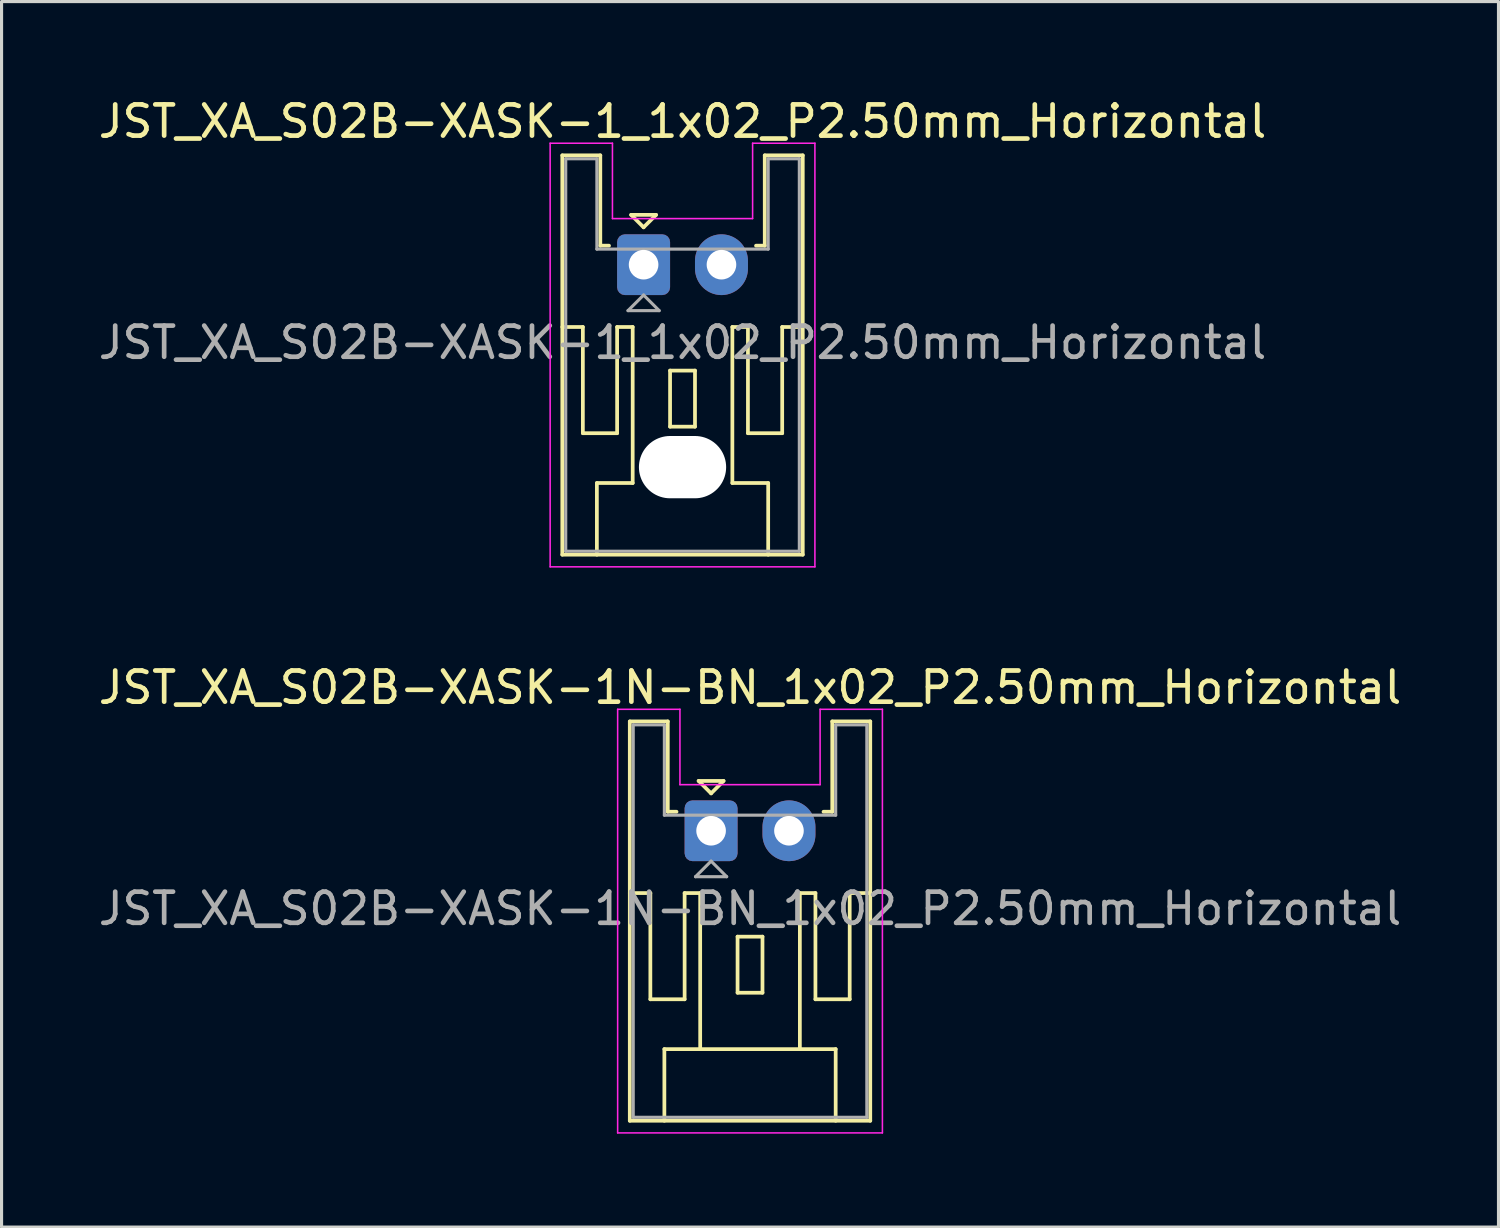
<source format=kicad_pcb>
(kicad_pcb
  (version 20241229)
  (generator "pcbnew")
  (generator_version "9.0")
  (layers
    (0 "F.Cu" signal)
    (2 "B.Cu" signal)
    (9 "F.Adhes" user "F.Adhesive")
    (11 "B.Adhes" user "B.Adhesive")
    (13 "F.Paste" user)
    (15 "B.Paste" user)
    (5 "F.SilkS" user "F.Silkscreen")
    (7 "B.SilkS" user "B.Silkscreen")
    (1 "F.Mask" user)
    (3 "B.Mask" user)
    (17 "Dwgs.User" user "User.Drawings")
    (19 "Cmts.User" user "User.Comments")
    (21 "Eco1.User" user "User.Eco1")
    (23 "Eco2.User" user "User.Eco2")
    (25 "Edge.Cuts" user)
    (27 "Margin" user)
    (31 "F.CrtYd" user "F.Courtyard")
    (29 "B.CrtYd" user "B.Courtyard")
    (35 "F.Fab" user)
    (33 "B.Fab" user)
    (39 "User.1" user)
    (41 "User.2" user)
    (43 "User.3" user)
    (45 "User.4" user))
  (footprint "JST_XA_S02B-XASK-1N-BN_1x02_P2.50mm_Horizontal"
    (layer "F.Cu")
    (at 19.78 23.622)
    (property "Reference" "JST_XA_S02B-XASK-1N-BN_1x02_P2.50mm_Horizontal" (at 1.25 -4.6 0) (layer "F.SilkS") (effects (font (size 1 1) (thickness 0.15))))
    (attr through_hole)
    (fp_line (start -2.61 -3.51) (end -2.61 9.31) (stroke (width 0.12) (type solid)) (layer "F.SilkS"))
    (fp_line (start -2.61 9.31) (end 5.11 9.31) (stroke (width 0.12) (type solid)) (layer "F.SilkS"))
    (fp_line (start -1.95 2) (end -2.61 2) (stroke (width 0.12) (type solid)) (layer "F.SilkS"))
    (fp_line (start -1.95 5.41) (end -1.95 2) (stroke (width 0.12) (type solid)) (layer "F.SilkS"))
    (fp_line (start -1.5 7.01) (end 4 7.01) (stroke (width 0.12) (type solid)) (layer "F.SilkS"))
    (fp_line (start -1.5 9.31) (end -1.5 7.01) (stroke (width 0.12) (type solid)) (layer "F.SilkS"))
    (fp_line (start -1.39 -3.51) (end -2.61 -3.51) (stroke (width 0.12) (type solid)) (layer "F.SilkS"))
    (fp_line (start -1.39 -0.61) (end -1.39 -3.51) (stroke (width 0.12) (type solid)) (layer "F.SilkS"))
    (fp_line (start -1.11 -0.61) (end -1.39 -0.61) (stroke (width 0.12) (type solid)) (layer "F.SilkS"))
    (fp_line (start -0.85 2) (end -0.85 5.41) (stroke (width 0.12) (type solid)) (layer "F.SilkS"))
    (fp_line (start -0.85 5.41) (end -1.95 5.41) (stroke (width 0.12) (type solid)) (layer "F.SilkS"))
    (fp_line (start -0.4 -1.6) (end 0.4 -1.6) (stroke (width 0.12) (type solid)) (layer "F.SilkS"))
    (fp_line (start -0.35 2) (end -0.85 2) (stroke (width 0.12) (type solid)) (layer "F.SilkS"))
    (fp_line (start -0.35 7.01) (end -0.35 2) (stroke (width 0.12) (type solid)) (layer "F.SilkS"))
    (fp_line (start 0 -1.2) (end -0.4 -1.6) (stroke (width 0.12) (type solid)) (layer "F.SilkS"))
    (fp_line (start 0.4 -1.6) (end 0 -1.2) (stroke (width 0.12) (type solid)) (layer "F.SilkS"))
    (fp_line (start 0.85 3.4) (end 1.65 3.4) (stroke (width 0.12) (type solid)) (layer "F.SilkS"))
    (fp_line (start 0.85 5.2) (end 0.85 3.4) (stroke (width 0.12) (type solid)) (layer "F.SilkS"))
    (fp_line (start 1.65 3.4) (end 1.65 5.2) (stroke (width 0.12) (type solid)) (layer "F.SilkS"))
    (fp_line (start 1.65 5.2) (end 0.85 5.2) (stroke (width 0.12) (type solid)) (layer "F.SilkS"))
    (fp_line (start 2.85 2) (end 3.35 2) (stroke (width 0.12) (type solid)) (layer "F.SilkS"))
    (fp_line (start 2.85 7.01) (end 2.85 2) (stroke (width 0.12) (type solid)) (layer "F.SilkS"))
    (fp_line (start 3.35 2) (end 3.35 5.41) (stroke (width 0.12) (type solid)) (layer "F.SilkS"))
    (fp_line (start 3.35 5.41) (end 4.45 5.41) (stroke (width 0.12) (type solid)) (layer "F.SilkS"))
    (fp_line (start 3.89 -3.51) (end 3.89 -0.61) (stroke (width 0.12) (type solid)) (layer "F.SilkS"))
    (fp_line (start 3.89 -0.61) (end 3.61 -0.61) (stroke (width 0.12) (type solid)) (layer "F.SilkS"))
    (fp_line (start 4 7.01) (end 4 9.31) (stroke (width 0.12) (type solid)) (layer "F.SilkS"))
    (fp_line (start 4.45 2) (end 5.11 2) (stroke (width 0.12) (type solid)) (layer "F.SilkS"))
    (fp_line (start 4.45 5.41) (end 4.45 2) (stroke (width 0.12) (type solid)) (layer "F.SilkS"))
    (fp_line (start 5.11 -3.51) (end 3.89 -3.51) (stroke (width 0.12) (type solid)) (layer "F.SilkS"))
    (fp_line (start 5.11 9.31) (end 5.11 -3.51) (stroke (width 0.12) (type solid)) (layer "F.SilkS"))
    (fp_line (start -3 -3.9) (end -3 9.7) (stroke (width 0.05) (type solid)) (layer "F.CrtYd"))
    (fp_line (start -3 9.7) (end 5.5 9.7) (stroke (width 0.05) (type solid)) (layer "F.CrtYd"))
    (fp_line (start -1 -3.9) (end -3 -3.9) (stroke (width 0.05) (type solid)) (layer "F.CrtYd"))
    (fp_line (start -1 -1.48) (end -1 -3.9) (stroke (width 0.05) (type solid)) (layer "F.CrtYd"))
    (fp_line (start 3.5 -3.9) (end 3.5 -1.48) (stroke (width 0.05) (type solid)) (layer "F.CrtYd"))
    (fp_line (start 3.5 -1.48) (end -1 -1.48) (stroke (width 0.05) (type solid)) (layer "F.CrtYd"))
    (fp_line (start 5.5 -3.9) (end 3.5 -3.9) (stroke (width 0.05) (type solid)) (layer "F.CrtYd"))
    (fp_line (start 5.5 9.7) (end 5.5 -3.9) (stroke (width 0.05) (type solid)) (layer "F.CrtYd"))
    (fp_line (start -2.5 -3.4) (end -2.5 9.2) (stroke (width 0.1) (type solid)) (layer "F.Fab"))
    (fp_line (start -2.5 9.2) (end 5 9.2) (stroke (width 0.1) (type solid)) (layer "F.Fab"))
    (fp_line (start -1.5 -3.4) (end -2.5 -3.4) (stroke (width 0.1) (type solid)) (layer "F.Fab"))
    (fp_line (start -1.5 -0.5) (end -1.5 -3.4) (stroke (width 0.1) (type solid)) (layer "F.Fab"))
    (fp_line (start -0.5 1.475) (end 0.5 1.475) (stroke (width 0.1) (type solid)) (layer "F.Fab"))
    (fp_line (start 0 0.975) (end -0.5 1.475) (stroke (width 0.1) (type solid)) (layer "F.Fab"))
    (fp_line (start 0.5 1.475) (end 0 0.975) (stroke (width 0.1) (type solid)) (layer "F.Fab"))
    (fp_line (start 4 -3.4) (end 4 -0.5) (stroke (width 0.1) (type solid)) (layer "F.Fab"))
    (fp_line (start 4 -0.5) (end -1.5 -0.5) (stroke (width 0.1) (type solid)) (layer "F.Fab"))
    (fp_line (start 5 -3.4) (end 4 -3.4) (stroke (width 0.1) (type solid)) (layer "F.Fab"))
    (fp_line (start 5 9.2) (end 5 -3.4) (stroke (width 0.1) (type solid)) (layer "F.Fab"))
    (fp_text user "${REFERENCE}" (at 1.25 2.5 0) (layer "F.Fab") (effects (font (size 1 1) (thickness 0.15))))
    (pad "1" thru_hole roundrect (at 0 0) (size 1.7 1.95) (drill 0.95) (layers "*.Cu" "*.Mask") (roundrect_rratio 0.147))
    (pad "2" thru_hole oval (at 2.5 0) (size 1.7 1.95) (drill 0.95) (layers "*.Cu" "*.Mask")))
  (footprint "JST_XA_S02B-XASK-1_1x02_P2.50mm_Horizontal"
    (layer "F.Cu")
    (at 17.613 5.448)
    (property "Reference" "JST_XA_S02B-XASK-1_1x02_P2.50mm_Horizontal" (at 1.25 -4.6 0) (layer "F.SilkS") (effects (font (size 1 1) (thickness 0.15))))
    (attr through_hole)
    (fp_line (start -2.61 -3.51) (end -2.61 9.31) (stroke (width 0.12) (type solid)) (layer "F.SilkS"))
    (fp_line (start -2.61 9.31) (end 5.11 9.31) (stroke (width 0.12) (type solid)) (layer "F.SilkS"))
    (fp_line (start -1.95 2) (end -2.61 2) (stroke (width 0.12) (type solid)) (layer "F.SilkS"))
    (fp_line (start -1.95 5.41) (end -1.95 2) (stroke (width 0.12) (type solid)) (layer "F.SilkS"))
    (fp_line (start -1.5 7.01) (end -0.35 7.01) (stroke (width 0.12) (type solid)) (layer "F.SilkS"))
    (fp_line (start -1.5 9.31) (end -1.5 7.01) (stroke (width 0.12) (type solid)) (layer "F.SilkS"))
    (fp_line (start -1.39 -3.51) (end -2.61 -3.51) (stroke (width 0.12) (type solid)) (layer "F.SilkS"))
    (fp_line (start -1.39 -0.61) (end -1.39 -3.51) (stroke (width 0.12) (type solid)) (layer "F.SilkS"))
    (fp_line (start -1.11 -0.61) (end -1.39 -0.61) (stroke (width 0.12) (type solid)) (layer "F.SilkS"))
    (fp_line (start -0.85 2) (end -0.85 5.41) (stroke (width 0.12) (type solid)) (layer "F.SilkS"))
    (fp_line (start -0.85 5.41) (end -1.95 5.41) (stroke (width 0.12) (type solid)) (layer "F.SilkS"))
    (fp_line (start -0.4 -1.6) (end 0.4 -1.6) (stroke (width 0.12) (type solid)) (layer "F.SilkS"))
    (fp_line (start -0.35 2) (end -0.85 2) (stroke (width 0.12) (type solid)) (layer "F.SilkS"))
    (fp_line (start -0.35 7.01) (end -0.35 2) (stroke (width 0.12) (type solid)) (layer "F.SilkS"))
    (fp_line (start 0 -1.2) (end -0.4 -1.6) (stroke (width 0.12) (type solid)) (layer "F.SilkS"))
    (fp_line (start 0.4 -1.6) (end 0 -1.2) (stroke (width 0.12) (type solid)) (layer "F.SilkS"))
    (fp_line (start 0.85 3.4) (end 1.65 3.4) (stroke (width 0.12) (type solid)) (layer "F.SilkS"))
    (fp_line (start 0.85 5.2) (end 0.85 3.4) (stroke (width 0.12) (type solid)) (layer "F.SilkS"))
    (fp_line (start 1.65 3.4) (end 1.65 5.2) (stroke (width 0.12) (type solid)) (layer "F.SilkS"))
    (fp_line (start 1.65 5.2) (end 0.85 5.2) (stroke (width 0.12) (type solid)) (layer "F.SilkS"))
    (fp_line (start 2.85 2) (end 3.35 2) (stroke (width 0.12) (type solid)) (layer "F.SilkS"))
    (fp_line (start 2.85 7.01) (end 2.85 2) (stroke (width 0.12) (type solid)) (layer "F.SilkS"))
    (fp_line (start 2.85 7.01) (end 4 7.01) (stroke (width 0.12) (type solid)) (layer "F.SilkS"))
    (fp_line (start 3.35 2) (end 3.35 5.41) (stroke (width 0.12) (type solid)) (layer "F.SilkS"))
    (fp_line (start 3.35 5.41) (end 4.45 5.41) (stroke (width 0.12) (type solid)) (layer "F.SilkS"))
    (fp_line (start 3.89 -3.51) (end 3.89 -0.61) (stroke (width 0.12) (type solid)) (layer "F.SilkS"))
    (fp_line (start 3.89 -0.61) (end 3.61 -0.61) (stroke (width 0.12) (type solid)) (layer "F.SilkS"))
    (fp_line (start 4 7.01) (end 4 9.31) (stroke (width 0.12) (type solid)) (layer "F.SilkS"))
    (fp_line (start 4.45 2) (end 5.11 2) (stroke (width 0.12) (type solid)) (layer "F.SilkS"))
    (fp_line (start 4.45 5.41) (end 4.45 2) (stroke (width 0.12) (type solid)) (layer "F.SilkS"))
    (fp_line (start 5.11 -3.51) (end 3.89 -3.51) (stroke (width 0.12) (type solid)) (layer "F.SilkS"))
    (fp_line (start 5.11 9.31) (end 5.11 -3.51) (stroke (width 0.12) (type solid)) (layer "F.SilkS"))
    (fp_line (start -3 -3.9) (end -3 9.7) (stroke (width 0.05) (type solid)) (layer "F.CrtYd"))
    (fp_line (start -3 9.7) (end 5.5 9.7) (stroke (width 0.05) (type solid)) (layer "F.CrtYd"))
    (fp_line (start -1 -3.9) (end -3 -3.9) (stroke (width 0.05) (type solid)) (layer "F.CrtYd"))
    (fp_line (start -1 -1.48) (end -1 -3.9) (stroke (width 0.05) (type solid)) (layer "F.CrtYd"))
    (fp_line (start 3.5 -3.9) (end 3.5 -1.48) (stroke (width 0.05) (type solid)) (layer "F.CrtYd"))
    (fp_line (start 3.5 -1.48) (end -1 -1.48) (stroke (width 0.05) (type solid)) (layer "F.CrtYd"))
    (fp_line (start 5.5 -3.9) (end 3.5 -3.9) (stroke (width 0.05) (type solid)) (layer "F.CrtYd"))
    (fp_line (start 5.5 9.7) (end 5.5 -3.9) (stroke (width 0.05) (type solid)) (layer "F.CrtYd"))
    (fp_line (start -2.5 -3.4) (end -2.5 9.2) (stroke (width 0.1) (type solid)) (layer "F.Fab"))
    (fp_line (start -2.5 9.2) (end 5 9.2) (stroke (width 0.1) (type solid)) (layer "F.Fab"))
    (fp_line (start -1.5 -3.4) (end -2.5 -3.4) (stroke (width 0.1) (type solid)) (layer "F.Fab"))
    (fp_line (start -1.5 -0.5) (end -1.5 -3.4) (stroke (width 0.1) (type solid)) (layer "F.Fab"))
    (fp_line (start -0.5 1.475) (end 0.5 1.475) (stroke (width 0.1) (type solid)) (layer "F.Fab"))
    (fp_line (start 0 0.975) (end -0.5 1.475) (stroke (width 0.1) (type solid)) (layer "F.Fab"))
    (fp_line (start 0.5 1.475) (end 0 0.975) (stroke (width 0.1) (type solid)) (layer "F.Fab"))
    (fp_line (start 4 -3.4) (end 4 -0.5) (stroke (width 0.1) (type solid)) (layer "F.Fab"))
    (fp_line (start 4 -0.5) (end -1.5 -0.5) (stroke (width 0.1) (type solid)) (layer "F.Fab"))
    (fp_line (start 5 -3.4) (end 4 -3.4) (stroke (width 0.1) (type solid)) (layer "F.Fab"))
    (fp_line (start 5 9.2) (end 5 -3.4) (stroke (width 0.1) (type solid)) (layer "F.Fab"))
    (fp_text user "${REFERENCE}" (at 1.25 2.5 0) (layer "F.Fab") (effects (font (size 1 1) (thickness 0.15))))
    (pad "" np_thru_hole oval (at 1.25 6.5) (size 2.8 2) (drill oval 2.8 2) (layers "*.Cu" "*.Mask"))
    (pad "1" thru_hole roundrect (at 0 0) (size 1.7 1.95) (drill 0.95) (layers "*.Cu" "*.Mask") (roundrect_rratio 0.147))
    (pad "2" thru_hole oval (at 2.5 0) (size 1.7 1.95) (drill 0.95) (layers "*.Cu" "*.Mask")))
  (gr_rect
    (start -3 -3)
    (end 45.06 36.346)
    (stroke (width 0.1) (type default))
    (fill no)
    (layer "Edge.Cuts")))
</source>
